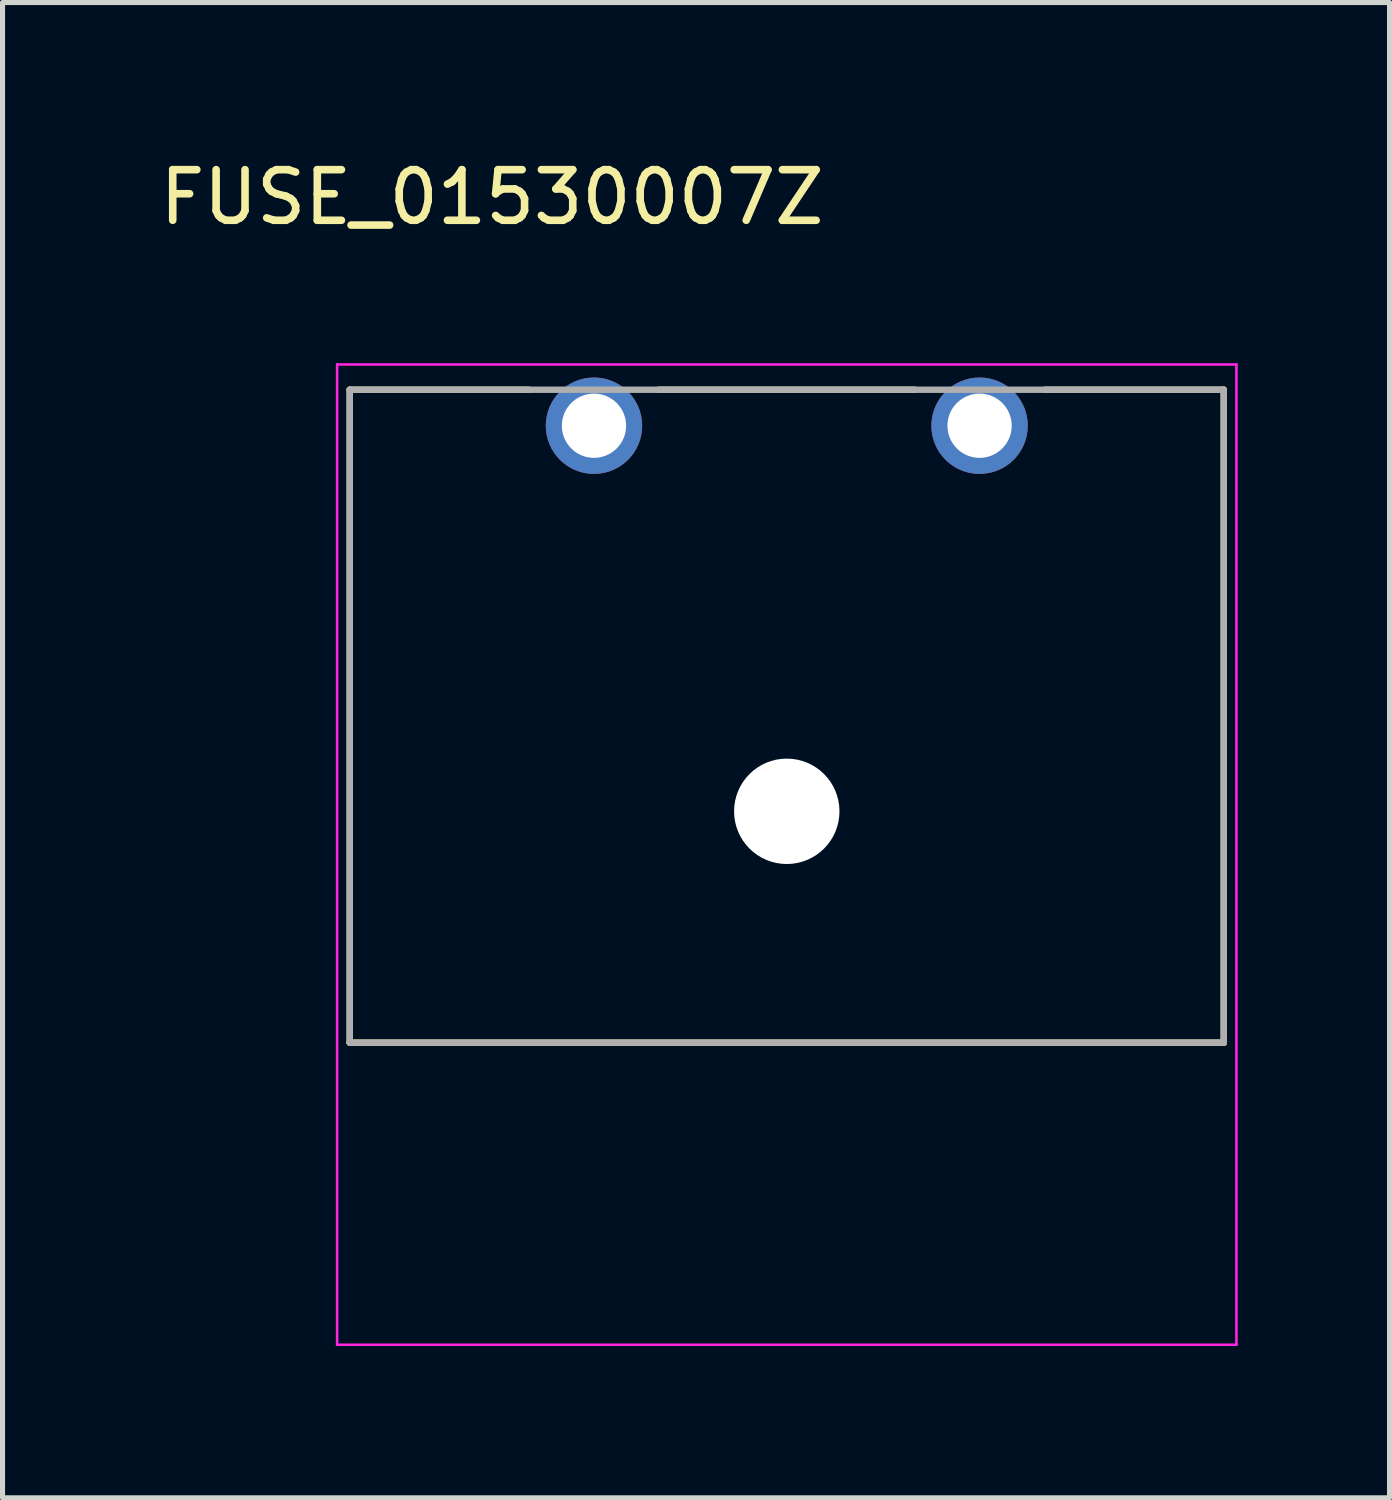
<source format=kicad_pcb>
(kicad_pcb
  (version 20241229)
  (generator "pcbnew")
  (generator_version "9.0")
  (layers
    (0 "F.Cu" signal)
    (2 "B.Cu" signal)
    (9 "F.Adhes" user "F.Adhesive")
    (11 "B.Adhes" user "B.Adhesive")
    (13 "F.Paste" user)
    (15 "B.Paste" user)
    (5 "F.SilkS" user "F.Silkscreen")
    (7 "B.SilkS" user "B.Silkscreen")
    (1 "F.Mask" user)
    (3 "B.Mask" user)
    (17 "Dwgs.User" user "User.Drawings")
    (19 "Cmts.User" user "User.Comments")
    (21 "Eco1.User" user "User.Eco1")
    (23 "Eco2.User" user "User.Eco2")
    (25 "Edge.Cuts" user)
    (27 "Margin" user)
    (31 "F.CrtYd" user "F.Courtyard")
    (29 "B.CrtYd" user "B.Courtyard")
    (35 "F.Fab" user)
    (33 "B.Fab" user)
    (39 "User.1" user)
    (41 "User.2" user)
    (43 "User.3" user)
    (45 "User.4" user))
  (footprint "FUSE_01530007Z"
    (layer "F.Cu")
    (at 12.498 12.983)
    (property "Reference" "FUSE_01530007Z" (at -5.825 -12.135 0) (layer "F.SilkS") (effects (font (size 1 1) (thickness 0.15))))
    (attr through_hole)
    (fp_line (start -8.636 -8.331) (end -8.636 4.572) (stroke (width 0.127) (type solid)) (layer "F.SilkS"))
    (fp_line (start -8.636 4.572) (end 8.636 4.572) (stroke (width 0.127) (type solid)) (layer "F.SilkS"))
    (fp_line (start -5.1 -8.331) (end -8.636 -8.331) (stroke (width 0.127) (type solid)) (layer "F.SilkS"))
    (fp_line (start 2.53 -8.331) (end -2.53 -8.331) (stroke (width 0.127) (type solid)) (layer "F.SilkS"))
    (fp_line (start 8.636 -8.331) (end 5.1 -8.331) (stroke (width 0.127) (type solid)) (layer "F.SilkS"))
    (fp_line (start 8.636 4.572) (end 8.636 -8.331) (stroke (width 0.127) (type solid)) (layer "F.SilkS"))
    (fp_line (start -8.886 -8.831) (end 8.886 -8.831) (stroke (width 0.05) (type solid)) (layer "F.CrtYd"))
    (fp_line (start -8.886 10.541) (end -8.886 -8.831) (stroke (width 0.05) (type solid)) (layer "F.CrtYd"))
    (fp_line (start 8.886 -8.831) (end 8.886 10.541) (stroke (width 0.05) (type solid)) (layer "F.CrtYd"))
    (fp_line (start 8.886 10.541) (end -8.886 10.541) (stroke (width 0.05) (type solid)) (layer "F.CrtYd"))
    (fp_line (start -8.636 -8.331) (end 8.636 -8.331) (stroke (width 0.127) (type solid)) (layer "F.Fab"))
    (fp_line (start -8.636 4.572) (end -8.636 -8.331) (stroke (width 0.127) (type solid)) (layer "F.Fab"))
    (fp_line (start 8.636 -8.331) (end 8.636 4.572) (stroke (width 0.127) (type solid)) (layer "F.Fab"))
    (fp_line (start 8.636 4.572) (end -8.636 4.572) (stroke (width 0.127) (type solid)) (layer "F.Fab"))
    (pad "" np_thru_hole circle (at 0 0) (size 2.083 2.083) (drill 2.083) (layers "*.Cu" "*.Mask"))
    (pad "1" thru_hole circle (at -3.81 -7.62) (size 1.905 1.905) (drill 1.27) (layers "*.Cu" "*.Mask"))
    (pad "2" thru_hole circle (at 3.81 -7.62) (size 1.905 1.905) (drill 1.27) (layers "*.Cu" "*.Mask")))
  (gr_rect
    (start -3 -3)
    (end 24.409 26.549)
    (stroke (width 0.1) (type default))
    (fill no)
    (layer "Edge.Cuts")))
</source>
